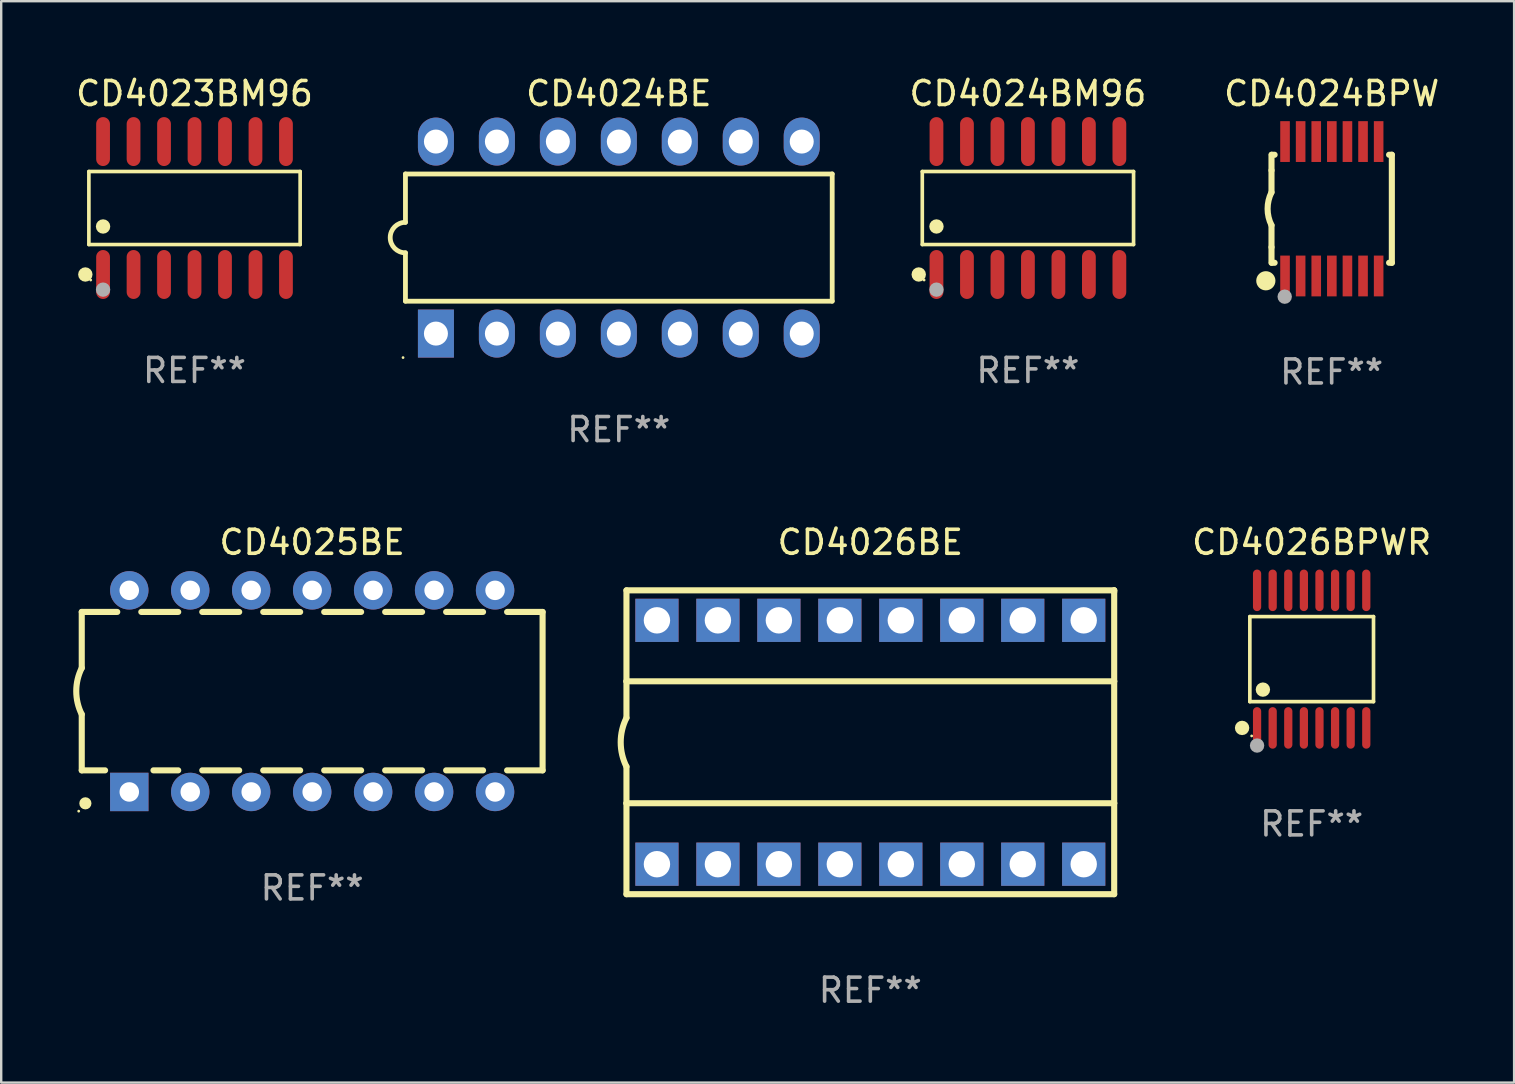
<source format=kicad_pcb>
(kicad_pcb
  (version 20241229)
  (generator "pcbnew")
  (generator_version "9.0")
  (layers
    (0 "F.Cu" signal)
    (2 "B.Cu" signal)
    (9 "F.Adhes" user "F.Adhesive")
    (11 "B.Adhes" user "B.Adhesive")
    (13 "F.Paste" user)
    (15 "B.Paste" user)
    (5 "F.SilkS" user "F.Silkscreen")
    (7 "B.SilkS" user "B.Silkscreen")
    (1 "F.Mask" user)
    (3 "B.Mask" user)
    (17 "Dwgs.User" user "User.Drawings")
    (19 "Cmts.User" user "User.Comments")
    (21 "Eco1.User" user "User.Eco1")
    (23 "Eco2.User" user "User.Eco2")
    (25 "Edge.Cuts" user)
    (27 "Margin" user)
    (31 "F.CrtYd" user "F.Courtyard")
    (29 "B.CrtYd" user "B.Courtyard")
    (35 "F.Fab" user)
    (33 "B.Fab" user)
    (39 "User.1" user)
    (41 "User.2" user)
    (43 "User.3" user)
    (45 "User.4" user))
  (footprint "CD4024BE"
    (layer "F.Cu")
    (at 22.732 6.848)
    (property "Reference" "CD4024BE" (at 0 -6 0) (layer "F.SilkS") (effects (font (size 1 1) (thickness 0.15))))
    (attr through_hole)
    (fp_line (start -8.89 -2.65) (end -8.89 -0.635) (stroke (width 0.2) (type solid)) (layer "F.SilkS"))
    (fp_line (start -8.89 0.635) (end -8.89 2.65) (stroke (width 0.2) (type solid)) (layer "F.SilkS"))
    (fp_line (start -8.89 2.65) (end 8.89 2.65) (stroke (width 0.2) (type solid)) (layer "F.SilkS"))
    (fp_line (start 8.89 -2.65) (end -8.89 -2.65) (stroke (width 0.2) (type solid)) (layer "F.SilkS"))
    (fp_line (start 8.89 2.65) (end 8.89 -2.65) (stroke (width 0.2) (type solid)) (layer "F.SilkS"))
    (fp_arc (start -8.890018 0.635001) (mid -9.525019 0) (end -8.890018 -0.635001) (stroke (width 0.2) (type solid)) (layer "F.SilkS"))
    (fp_circle (center -8.99 5) (end -8.96 5) (stroke (width 0.06) (type solid)) (fill no) (layer "F.SilkS"))
    (fp_text user "REF**" (at 0 8 0) (layer "F.Fab") (effects (font (size 1 1) (thickness 0.15))))
    (pad "1" thru_hole rect (at -7.62 4 90) (size 2 1.5) (drill 1) (layers "*.Cu" "*.Mask"))
    (pad "2" thru_hole oval (at -5.08 4 90) (size 2 1.5) (drill 1) (layers "*.Cu" "*.Mask"))
    (pad "3" thru_hole oval (at -2.54 4 90) (size 2 1.5) (drill 1) (layers "*.Cu" "*.Mask"))
    (pad "4" thru_hole oval (at 0 4 90) (size 2 1.5) (drill 1) (layers "*.Cu" "*.Mask"))
    (pad "5" thru_hole oval (at 2.54 4 90) (size 2 1.5) (drill 1) (layers "*.Cu" "*.Mask"))
    (pad "6" thru_hole oval (at 5.08 4 90) (size 2 1.5) (drill 1) (layers "*.Cu" "*.Mask"))
    (pad "7" thru_hole oval (at 7.62 4 90) (size 2 1.5) (drill 1) (layers "*.Cu" "*.Mask"))
    (pad "8" thru_hole oval (at 7.62 -4 90) (size 2 1.5) (drill 1) (layers "*.Cu" "*.Mask"))
    (pad "9" thru_hole oval (at 5.08 -4 90) (size 2 1.5) (drill 1) (layers "*.Cu" "*.Mask"))
    (pad "10" thru_hole oval (at 2.54 -4 90) (size 2 1.5) (drill 1) (layers "*.Cu" "*.Mask"))
    (pad "11" thru_hole oval (at 0 -4 90) (size 2 1.5) (drill 1) (layers "*.Cu" "*.Mask"))
    (pad "12" thru_hole oval (at -2.54 -4 90) (size 2 1.5) (drill 1) (layers "*.Cu" "*.Mask"))
    (pad "13" thru_hole oval (at -5.08 -4 90) (size 2 1.5) (drill 1) (layers "*.Cu" "*.Mask"))
    (pad "14" thru_hole oval (at -7.62 -4 90) (size 2 1.5) (drill 1) (layers "*.Cu" "*.Mask")))
  (footprint "CD4023BM96"
    (layer "F.Cu")
    (at 5.054 5.617)
    (property "Reference" "CD4023BM96" (at 0 -4.769 0) (layer "F.SilkS") (effects (font (size 1 1) (thickness 0.15))))
    (attr through_hole)
    (fp_line (start -4.401 -1.521) (end 4.401 -1.521) (stroke (width 0.152) (type solid)) (layer "F.SilkS"))
    (fp_line (start -4.401 1.521) (end -4.401 -1.521) (stroke (width 0.152) (type solid)) (layer "F.SilkS"))
    (fp_line (start 4.401 -1.521) (end 4.401 1.521) (stroke (width 0.152) (type solid)) (layer "F.SilkS"))
    (fp_line (start 4.401 1.521) (end -4.401 1.521) (stroke (width 0.152) (type solid)) (layer "F.SilkS"))
    (fp_circle (center -4.549 2.769) (end -4.399 2.769) (stroke (width 0.3) (type solid)) (fill no) (layer "F.SilkS"))
    (fp_circle (center -4.325 3) (end -4.295 3) (stroke (width 0.06) (type solid)) (fill no) (layer "F.SilkS"))
    (fp_circle (center -3.81 0.769) (end -3.66 0.769) (stroke (width 0.3) (type solid)) (fill no) (layer "F.SilkS"))
    (fp_circle (center -3.81 3.4) (end -3.66 3.4) (stroke (width 0.3) (type solid)) (fill no) (layer "F.Fab"))
    (fp_text user "REF**" (at 0 6.769 0) (layer "F.Fab") (effects (font (size 1 1) (thickness 0.15))))
    (pad "1" smd oval (at -3.81 2.769) (size 0.574 2.038) (layers "F.Cu" "F.Mask" "F.Paste"))
    (pad "2" smd oval (at -2.54 2.769) (size 0.574 2.038) (layers "F.Cu" "F.Mask" "F.Paste"))
    (pad "3" smd oval (at -1.27 2.769) (size 0.574 2.038) (layers "F.Cu" "F.Mask" "F.Paste"))
    (pad "4" smd oval (at 0 2.769) (size 0.574 2.038) (layers "F.Cu" "F.Mask" "F.Paste"))
    (pad "5" smd oval (at 1.27 2.769) (size 0.574 2.038) (layers "F.Cu" "F.Mask" "F.Paste"))
    (pad "6" smd oval (at 2.54 2.769) (size 0.574 2.038) (layers "F.Cu" "F.Mask" "F.Paste"))
    (pad "7" smd oval (at 3.81 2.769) (size 0.574 2.038) (layers "F.Cu" "F.Mask" "F.Paste"))
    (pad "8" smd oval (at 3.81 -2.769) (size 0.574 2.038) (layers "F.Cu" "F.Mask" "F.Paste"))
    (pad "9" smd oval (at 2.54 -2.769) (size 0.574 2.038) (layers "F.Cu" "F.Mask" "F.Paste"))
    (pad "10" smd oval (at 1.27 -2.769) (size 0.574 2.038) (layers "F.Cu" "F.Mask" "F.Paste"))
    (pad "11" smd oval (at 0 -2.769) (size 0.574 2.038) (layers "F.Cu" "F.Mask" "F.Paste"))
    (pad "12" smd oval (at -1.27 -2.769) (size 0.574 2.038) (layers "F.Cu" "F.Mask" "F.Paste"))
    (pad "13" smd oval (at -2.54 -2.769) (size 0.574 2.038) (layers "F.Cu" "F.Mask" "F.Paste"))
    (pad "14" smd oval (at -3.81 -2.769) (size 0.574 2.038) (layers "F.Cu" "F.Mask" "F.Paste")))
  (footprint "CD4024BM96"
    (layer "F.Cu")
    (at 39.776 5.617)
    (property "Reference" "CD4024BM96" (at 0 -4.769 0) (layer "F.SilkS") (effects (font (size 1 1) (thickness 0.15))))
    (attr through_hole)
    (fp_line (start -4.401 -1.521) (end 4.401 -1.521) (stroke (width 0.152) (type solid)) (layer "F.SilkS"))
    (fp_line (start -4.401 1.521) (end -4.401 -1.521) (stroke (width 0.152) (type solid)) (layer "F.SilkS"))
    (fp_line (start 4.401 -1.521) (end 4.401 1.521) (stroke (width 0.152) (type solid)) (layer "F.SilkS"))
    (fp_line (start 4.401 1.521) (end -4.401 1.521) (stroke (width 0.152) (type solid)) (layer "F.SilkS"))
    (fp_circle (center -4.549 2.769) (end -4.399 2.769) (stroke (width 0.3) (type solid)) (fill no) (layer "F.SilkS"))
    (fp_circle (center -4.325 3) (end -4.295 3) (stroke (width 0.06) (type solid)) (fill no) (layer "F.SilkS"))
    (fp_circle (center -3.81 0.769) (end -3.66 0.769) (stroke (width 0.3) (type solid)) (fill no) (layer "F.SilkS"))
    (fp_circle (center -3.81 3.4) (end -3.66 3.4) (stroke (width 0.3) (type solid)) (fill no) (layer "F.Fab"))
    (fp_text user "REF**" (at 0 6.769 0) (layer "F.Fab") (effects (font (size 1 1) (thickness 0.15))))
    (pad "1" smd oval (at -3.81 2.769) (size 0.574 2.038) (layers "F.Cu" "F.Mask" "F.Paste"))
    (pad "2" smd oval (at -2.54 2.769) (size 0.574 2.038) (layers "F.Cu" "F.Mask" "F.Paste"))
    (pad "3" smd oval (at -1.27 2.769) (size 0.574 2.038) (layers "F.Cu" "F.Mask" "F.Paste"))
    (pad "4" smd oval (at 0 2.769) (size 0.574 2.038) (layers "F.Cu" "F.Mask" "F.Paste"))
    (pad "5" smd oval (at 1.27 2.769) (size 0.574 2.038) (layers "F.Cu" "F.Mask" "F.Paste"))
    (pad "6" smd oval (at 2.54 2.769) (size 0.574 2.038) (layers "F.Cu" "F.Mask" "F.Paste"))
    (pad "7" smd oval (at 3.81 2.769) (size 0.574 2.038) (layers "F.Cu" "F.Mask" "F.Paste"))
    (pad "8" smd oval (at 3.81 -2.769) (size 0.574 2.038) (layers "F.Cu" "F.Mask" "F.Paste"))
    (pad "9" smd oval (at 2.54 -2.769) (size 0.574 2.038) (layers "F.Cu" "F.Mask" "F.Paste"))
    (pad "10" smd oval (at 1.27 -2.769) (size 0.574 2.038) (layers "F.Cu" "F.Mask" "F.Paste"))
    (pad "11" smd oval (at 0 -2.769) (size 0.574 2.038) (layers "F.Cu" "F.Mask" "F.Paste"))
    (pad "12" smd oval (at -1.27 -2.769) (size 0.574 2.038) (layers "F.Cu" "F.Mask" "F.Paste"))
    (pad "13" smd oval (at -2.54 -2.769) (size 0.574 2.038) (layers "F.Cu" "F.Mask" "F.Paste"))
    (pad "14" smd oval (at -3.81 -2.769) (size 0.574 2.038) (layers "F.Cu" "F.Mask" "F.Paste")))
  (footprint "CD4026BPWR"
    (layer "F.Cu")
    (at 51.598 24.411)
    (property "Reference" "CD4026BPWR" (at 0 -4.866 0) (layer "F.SilkS") (effects (font (size 1 1) (thickness 0.15))))
    (attr through_hole)
    (fp_line (start -2.576 -1.772) (end 2.576 -1.772) (stroke (width 0.152) (type solid)) (layer "F.SilkS"))
    (fp_line (start -2.576 1.771) (end -2.576 -1.772) (stroke (width 0.152) (type solid)) (layer "F.SilkS"))
    (fp_line (start 2.576 -1.772) (end 2.576 1.771) (stroke (width 0.152) (type solid)) (layer "F.SilkS"))
    (fp_line (start 2.576 1.771) (end -2.576 1.771) (stroke (width 0.152) (type solid)) (layer "F.SilkS"))
    (fp_circle (center -2.899 2.866) (end -2.749 2.866) (stroke (width 0.3) (type solid)) (fill no) (layer "F.SilkS"))
    (fp_circle (center -2.5 3.2) (end -2.47 3.2) (stroke (width 0.06) (type solid)) (fill no) (layer "F.SilkS"))
    (fp_circle (center -2.032 1.27) (end -1.882 1.27) (stroke (width 0.3) (type solid)) (fill no) (layer "F.SilkS"))
    (fp_circle (center -2.275 3.6) (end -2.125 3.6) (stroke (width 0.3) (type solid)) (fill no) (layer "F.Fab"))
    (fp_text user "REF**" (at 0 6.866 0) (layer "F.Fab") (effects (font (size 1 1) (thickness 0.15))))
    (pad "1" smd oval (at -2.275 2.866) (size 0.343 1.731) (layers "F.Cu" "F.Mask" "F.Paste"))
    (pad "2" smd oval (at -1.625 2.866) (size 0.343 1.731) (layers "F.Cu" "F.Mask" "F.Paste"))
    (pad "3" smd oval (at -0.975 2.866) (size 0.343 1.731) (layers "F.Cu" "F.Mask" "F.Paste"))
    (pad "4" smd oval (at -0.325 2.866) (size 0.343 1.731) (layers "F.Cu" "F.Mask" "F.Paste"))
    (pad "5" smd oval (at 0.325 2.866) (size 0.343 1.731) (layers "F.Cu" "F.Mask" "F.Paste"))
    (pad "6" smd oval (at 0.975 2.866) (size 0.343 1.731) (layers "F.Cu" "F.Mask" "F.Paste"))
    (pad "7" smd oval (at 1.625 2.866) (size 0.343 1.731) (layers "F.Cu" "F.Mask" "F.Paste"))
    (pad "8" smd oval (at 2.275 2.866) (size 0.343 1.731) (layers "F.Cu" "F.Mask" "F.Paste"))
    (pad "9" smd oval (at 2.275 -2.866) (size 0.343 1.731) (layers "F.Cu" "F.Mask" "F.Paste"))
    (pad "10" smd oval (at 1.625 -2.866) (size 0.343 1.731) (layers "F.Cu" "F.Mask" "F.Paste"))
    (pad "11" smd oval (at 0.975 -2.866) (size 0.343 1.731) (layers "F.Cu" "F.Mask" "F.Paste"))
    (pad "12" smd oval (at 0.325 -2.866) (size 0.343 1.731) (layers "F.Cu" "F.Mask" "F.Paste"))
    (pad "13" smd oval (at -0.325 -2.866) (size 0.343 1.731) (layers "F.Cu" "F.Mask" "F.Paste"))
    (pad "14" smd oval (at -0.975 -2.866) (size 0.343 1.731) (layers "F.Cu" "F.Mask" "F.Paste"))
    (pad "15" smd oval (at -1.625 -2.866) (size 0.343 1.731) (layers "F.Cu" "F.Mask" "F.Paste"))
    (pad "16" smd oval (at -2.275 -2.866) (size 0.343 1.731) (layers "F.Cu" "F.Mask" "F.Paste")))
  (footprint "CD4026BE"
    (layer "F.Cu")
    (at 33.21 27.875)
    (property "Reference" "CD4026BE" (at 0 -8.33 0) (layer "F.SilkS") (effects (font (size 1 1) (thickness 0.15))))
    (attr through_hole)
    (fp_line (start -10.16 -6.33) (end -10.16 -2.54) (stroke (width 0.254) (type solid)) (layer "F.SilkS"))
    (fp_line (start -10.16 -6.33) (end 10.16 -6.33) (stroke (width 0.254) (type solid)) (layer "F.SilkS"))
    (fp_line (start -10.16 -2.54) (end -10.16 -1.016) (stroke (width 0.254) (type solid)) (layer "F.SilkS"))
    (fp_line (start -10.16 -2.54) (end 10.16 -2.54) (stroke (width 0.254) (type solid)) (layer "F.SilkS"))
    (fp_line (start -10.16 2.54) (end -10.16 1.016) (stroke (width 0.254) (type solid)) (layer "F.SilkS"))
    (fp_line (start -10.16 2.54) (end 10.16 2.54) (stroke (width 0.254) (type solid)) (layer "F.SilkS"))
    (fp_line (start -10.16 6.33) (end -10.16 2.54) (stroke (width 0.254) (type solid)) (layer "F.SilkS"))
    (fp_line (start -10.16 6.33) (end 10.16 6.33) (stroke (width 0.254) (type solid)) (layer "F.SilkS"))
    (fp_line (start 10.16 -6.33) (end 10.16 -6.267) (stroke (width 0.254) (type solid)) (layer "F.SilkS"))
    (fp_line (start 10.16 -6.33) (end 10.16 -2.54) (stroke (width 0.254) (type solid)) (layer "F.SilkS"))
    (fp_line (start 10.16 -2.54) (end 10.16 2.54) (stroke (width 0.254) (type solid)) (layer "F.SilkS"))
    (fp_line (start 10.16 2.54) (end 10.16 6.33) (stroke (width 0.254) (type solid)) (layer "F.SilkS"))
    (fp_arc (start -10.16 1.016) (mid -10.399845 0) (end -10.16 -1.016) (stroke (width 0.254001) (type solid)) (layer "F.SilkS"))
    (fp_text user "REF**" (at 0 10.33 0) (layer "F.Fab") (effects (font (size 1 1) (thickness 0.15))))
    (pad "1" thru_hole rect (at -8.89 5.08) (size 1.8 1.8) (drill 1.1) (layers "*.Cu" "*.Mask"))
    (pad "2" thru_hole rect (at -6.35 5.08) (size 1.8 1.8) (drill 1.1) (layers "*.Cu" "*.Mask"))
    (pad "3" thru_hole rect (at -3.81 5.08) (size 1.8 1.8) (drill 1.1) (layers "*.Cu" "*.Mask"))
    (pad "4" thru_hole rect (at -1.27 5.08) (size 1.8 1.8) (drill 1.1) (layers "*.Cu" "*.Mask"))
    (pad "5" thru_hole rect (at 1.27 5.08) (size 1.8 1.8) (drill 1.1) (layers "*.Cu" "*.Mask"))
    (pad "6" thru_hole rect (at 3.81 5.08) (size 1.8 1.8) (drill 1.1) (layers "*.Cu" "*.Mask"))
    (pad "7" thru_hole rect (at 6.35 5.08) (size 1.8 1.8) (drill 1.1) (layers "*.Cu" "*.Mask"))
    (pad "8" thru_hole rect (at 8.89 5.08) (size 1.8 1.8) (drill 1.1) (layers "*.Cu" "*.Mask"))
    (pad "9" thru_hole rect (at 8.89 -5.08) (size 1.8 1.8) (drill 1.1) (layers "*.Cu" "*.Mask"))
    (pad "10" thru_hole rect (at 6.35 -5.08) (size 1.8 1.8) (drill 1.1) (layers "*.Cu" "*.Mask"))
    (pad "11" thru_hole rect (at 3.81 -5.08) (size 1.8 1.8) (drill 1.1) (layers "*.Cu" "*.Mask"))
    (pad "12" thru_hole rect (at 1.27 -5.08) (size 1.8 1.8) (drill 1.1) (layers "*.Cu" "*.Mask"))
    (pad "13" thru_hole rect (at -1.27 -5.08) (size 1.8 1.8) (drill 1.1) (layers "*.Cu" "*.Mask"))
    (pad "14" thru_hole rect (at -3.81 -5.08) (size 1.8 1.8) (drill 1.1) (layers "*.Cu" "*.Mask"))
    (pad "15" thru_hole rect (at -6.35 -5.08) (size 1.8 1.8) (drill 1.1) (layers "*.Cu" "*.Mask"))
    (pad "16" thru_hole rect (at -8.89 -5.08) (size 1.8 1.8) (drill 1.1) (layers "*.Cu" "*.Mask")))
  (footprint "CD4025BE"
    (layer "F.Cu")
    (at 9.956 25.745)
    (property "Reference" "CD4025BE" (at 0 -6.2 0) (layer "F.SilkS") (effects (font (size 1 1) (thickness 0.15))))
    (attr through_hole)
    (fp_line (start -9.6 -3.3) (end -9.6 -0.965) (stroke (width 0.254) (type solid)) (layer "F.SilkS"))
    (fp_line (start -9.6 -3.3) (end -8.121 -3.3) (stroke (width 0.254) (type solid)) (layer "F.SilkS"))
    (fp_line (start -9.6 3.3) (end -9.6 0.965) (stroke (width 0.254) (type solid)) (layer "F.SilkS"))
    (fp_line (start -9.6 3.3) (end -8.628 3.3) (stroke (width 0.254) (type solid)) (layer "F.SilkS"))
    (fp_line (start -7.119 -3.3) (end -5.581 -3.3) (stroke (width 0.254) (type solid)) (layer "F.SilkS"))
    (fp_line (start -6.612 3.3) (end -5.581 3.3) (stroke (width 0.254) (type solid)) (layer "F.SilkS"))
    (fp_line (start -4.579 -3.3) (end -3.041 -3.3) (stroke (width 0.254) (type solid)) (layer "F.SilkS"))
    (fp_line (start -4.579 3.3) (end -3.041 3.3) (stroke (width 0.254) (type solid)) (layer "F.SilkS"))
    (fp_line (start -2.039 -3.3) (end -0.501 -3.3) (stroke (width 0.254) (type solid)) (layer "F.SilkS"))
    (fp_line (start -2.039 3.3) (end -0.501 3.3) (stroke (width 0.254) (type solid)) (layer "F.SilkS"))
    (fp_line (start 0.501 -3.3) (end 2.039 -3.3) (stroke (width 0.254) (type solid)) (layer "F.SilkS"))
    (fp_line (start 0.501 3.3) (end 2.039 3.3) (stroke (width 0.254) (type solid)) (layer "F.SilkS"))
    (fp_line (start 3.041 -3.3) (end 4.579 -3.3) (stroke (width 0.254) (type solid)) (layer "F.SilkS"))
    (fp_line (start 3.041 3.3) (end 4.579 3.3) (stroke (width 0.254) (type solid)) (layer "F.SilkS"))
    (fp_line (start 5.581 -3.3) (end 7.119 -3.3) (stroke (width 0.254) (type solid)) (layer "F.SilkS"))
    (fp_line (start 5.581 3.3) (end 7.119 3.3) (stroke (width 0.254) (type solid)) (layer "F.SilkS"))
    (fp_line (start 8.121 -3.3) (end 9.6 -3.3) (stroke (width 0.254) (type solid)) (layer "F.SilkS"))
    (fp_line (start 8.121 3.3) (end 9.6 3.3) (stroke (width 0.254) (type solid)) (layer "F.SilkS"))
    (fp_line (start 9.6 -3.3) (end 9.6 3.3) (stroke (width 0.254) (type solid)) (layer "F.SilkS"))
    (fp_arc (start -9.601219 0.965202) (mid -9.828641 -0.00004) (end -9.600025 -0.964999) (stroke (width 0.254001) (type solid)) (layer "F.SilkS"))
    (fp_circle (center -9.727 5) (end -9.697 5) (stroke (width 0.06) (type solid)) (fill no) (layer "F.SilkS"))
    (fp_circle (center -9.449 4.674) (end -9.322 4.674) (stroke (width 0.254) (type solid)) (fill no) (layer "F.SilkS"))
    (fp_text user "REF**" (at 0 8.2 0) (layer "F.Fab") (effects (font (size 1 1) (thickness 0.15))))
    (pad "1" thru_hole rect (at -7.62 4.2) (size 1.6 1.6) (drill 0.813) (layers "*.Cu" "*.Mask"))
    (pad "2" thru_hole circle (at -5.08 4.2) (size 1.6 1.6) (drill 0.813) (layers "*.Cu" "*.Mask"))
    (pad "3" thru_hole circle (at -2.54 4.2) (size 1.6 1.6) (drill 0.813) (layers "*.Cu" "*.Mask"))
    (pad "4" thru_hole circle (at 0 4.2) (size 1.6 1.6) (drill 0.813) (layers "*.Cu" "*.Mask"))
    (pad "5" thru_hole circle (at 2.54 4.2) (size 1.6 1.6) (drill 0.813) (layers "*.Cu" "*.Mask"))
    (pad "6" thru_hole circle (at 5.08 4.2) (size 1.6 1.6) (drill 0.813) (layers "*.Cu" "*.Mask"))
    (pad "7" thru_hole circle (at 7.62 4.2) (size 1.6 1.6) (drill 0.813) (layers "*.Cu" "*.Mask"))
    (pad "8" thru_hole circle (at 7.62 -4.2) (size 1.6 1.6) (drill 0.813) (layers "*.Cu" "*.Mask"))
    (pad "9" thru_hole circle (at 5.08 -4.2) (size 1.6 1.6) (drill 0.813) (layers "*.Cu" "*.Mask"))
    (pad "10" thru_hole circle (at 2.54 -4.2) (size 1.6 1.6) (drill 0.813) (layers "*.Cu" "*.Mask"))
    (pad "11" thru_hole circle (at 0 -4.2) (size 1.6 1.6) (drill 0.813) (layers "*.Cu" "*.Mask"))
    (pad "12" thru_hole circle (at -2.54 -4.2) (size 1.6 1.6) (drill 0.813) (layers "*.Cu" "*.Mask"))
    (pad "13" thru_hole circle (at -5.08 -4.2) (size 1.6 1.6) (drill 0.813) (layers "*.Cu" "*.Mask"))
    (pad "14" thru_hole circle (at -7.62 -4.2) (size 1.6 1.6) (drill 0.813) (layers "*.Cu" "*.Mask")))
  (footprint "CD4024BPW"
    (layer "F.Cu")
    (at 52.431 5.648)
    (property "Reference" "CD4024BPW" (at 0 -4.8 0) (layer "F.SilkS") (effects (font (size 1 1) (thickness 0.15))))
    (attr through_hole)
    (fp_line (start -2.507 -1.6) (end -2.507 -2.25) (stroke (width 0.254) (type solid)) (layer "F.SilkS"))
    (fp_line (start -2.507 -0.686) (end -2.507 -1.6) (stroke (width 0.254) (type solid)) (layer "F.SilkS"))
    (fp_line (start -2.507 1.6) (end -2.507 0.686) (stroke (width 0.254) (type solid)) (layer "F.SilkS"))
    (fp_line (start -2.507 1.6) (end -2.507 2.25) (stroke (width 0.254) (type solid)) (layer "F.SilkS"))
    (fp_line (start -2.493 -2.25) (end -2.377 -2.25) (stroke (width 0.254) (type solid)) (layer "F.SilkS"))
    (fp_line (start -2.377 2.25) (end -2.493 2.25) (stroke (width 0.254) (type solid)) (layer "F.SilkS"))
    (fp_line (start 2.392 -2.25) (end 2.507 -2.25) (stroke (width 0.254) (type solid)) (layer "F.SilkS"))
    (fp_line (start 2.507 -2.25) (end 2.507 2.25) (stroke (width 0.254) (type solid)) (layer "F.SilkS"))
    (fp_line (start 2.507 2.25) (end 2.392 2.25) (stroke (width 0.254) (type solid)) (layer "F.SilkS"))
    (fp_arc (start -2.507303 0.685802) (mid -2.669199 0) (end -2.507303 -0.685801) (stroke (width 0.254001) (type solid)) (layer "F.SilkS"))
    (fp_circle (center -2.743 3) (end -2.543 3) (stroke (width 0.4) (type solid)) (fill no) (layer "F.SilkS"))
    (fp_circle (center -2.493 3.2) (end -2.463 3.2) (stroke (width 0.06) (type solid)) (fill no) (layer "F.SilkS"))
    (fp_circle (center -1.957 3.662) (end -1.807 3.662) (stroke (width 0.3) (type solid)) (fill no) (layer "F.Fab"))
    (fp_text user "REF**" (at 0 6.8 0) (layer "F.Fab") (effects (font (size 1 1) (thickness 0.15))))
    (pad "1" smd rect (at -1.943 2.8) (size 0.4 1.7) (layers "F.Cu" "F.Mask" "F.Paste"))
    (pad "2" smd rect (at -1.293 2.8) (size 0.4 1.7) (layers "F.Cu" "F.Mask" "F.Paste"))
    (pad "3" smd rect (at -0.643 2.8) (size 0.4 1.7) (layers "F.Cu" "F.Mask" "F.Paste"))
    (pad "4" smd rect (at 0.007 2.8) (size 0.4 1.7) (layers "F.Cu" "F.Mask" "F.Paste"))
    (pad "5" smd rect (at 0.657 2.8) (size 0.4 1.7) (layers "F.Cu" "F.Mask" "F.Paste"))
    (pad "6" smd rect (at 1.307 2.8) (size 0.4 1.7) (layers "F.Cu" "F.Mask" "F.Paste"))
    (pad "7" smd rect (at 1.957 2.8) (size 0.4 1.7) (layers "F.Cu" "F.Mask" "F.Paste"))
    (pad "8" smd rect (at 1.957 -2.8) (size 0.4 1.7) (layers "F.Cu" "F.Mask" "F.Paste"))
    (pad "9" smd rect (at 1.307 -2.8) (size 0.4 1.7) (layers "F.Cu" "F.Mask" "F.Paste"))
    (pad "10" smd rect (at 0.657 -2.8) (size 0.4 1.7) (layers "F.Cu" "F.Mask" "F.Paste"))
    (pad "11" smd rect (at 0.007 -2.8) (size 0.4 1.7) (layers "F.Cu" "F.Mask" "F.Paste"))
    (pad "12" smd rect (at -0.643 -2.8) (size 0.4 1.7) (layers "F.Cu" "F.Mask" "F.Paste"))
    (pad "13" smd rect (at -1.293 -2.8) (size 0.4 1.7) (layers "F.Cu" "F.Mask" "F.Paste"))
    (pad "14" smd rect (at -1.943 -2.8) (size 0.4 1.7) (layers "F.Cu" "F.Mask" "F.Paste")))
  (gr_rect
    (start -3 -3)
    (end 60.032 42.053)
    (stroke (width 0.1) (type default))
    (fill no)
    (layer "Edge.Cuts")))
</source>
